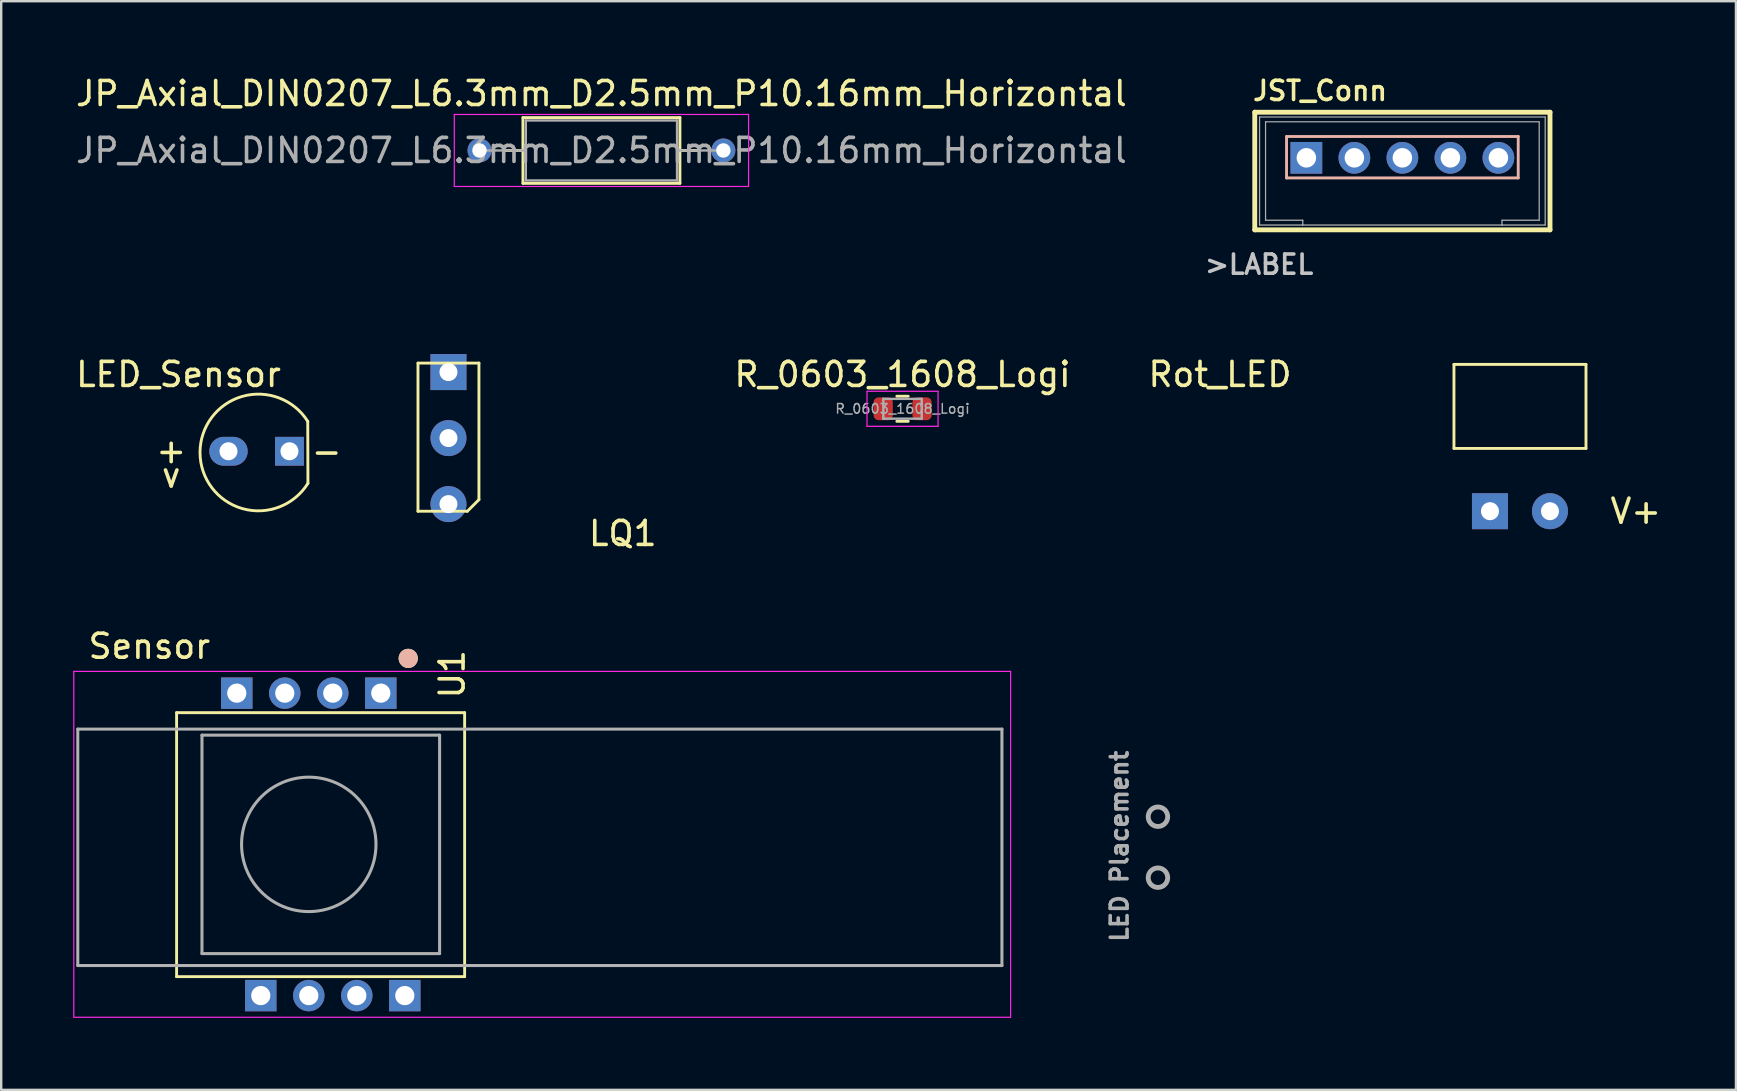
<source format=kicad_pcb>
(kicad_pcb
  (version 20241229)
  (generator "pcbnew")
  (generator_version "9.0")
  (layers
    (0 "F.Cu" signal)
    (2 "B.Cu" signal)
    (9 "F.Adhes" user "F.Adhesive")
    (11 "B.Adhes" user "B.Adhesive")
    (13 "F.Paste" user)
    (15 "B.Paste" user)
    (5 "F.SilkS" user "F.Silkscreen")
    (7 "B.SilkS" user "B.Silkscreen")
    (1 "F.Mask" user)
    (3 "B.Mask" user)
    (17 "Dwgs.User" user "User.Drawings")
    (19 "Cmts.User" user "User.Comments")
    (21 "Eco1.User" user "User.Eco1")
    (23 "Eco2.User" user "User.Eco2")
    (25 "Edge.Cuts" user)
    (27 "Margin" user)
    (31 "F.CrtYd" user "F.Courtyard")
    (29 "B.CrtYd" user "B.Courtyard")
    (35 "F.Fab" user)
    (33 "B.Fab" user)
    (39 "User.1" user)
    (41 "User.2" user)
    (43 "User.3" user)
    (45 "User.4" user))
  (footprint "JP_Axial_DIN0207_L6.3mm_D2.5mm_P10.16mm_Horizontal"
    (layer "F.Cu")
    (at 16.926 3.218)
    (property "Reference" "JP_Axial_DIN0207_L6.3mm_D2.5mm_P10.16mm_Horizontal" (at 5.08 -2.37 0) (layer "F.SilkS") (effects (font (size 1 1) (thickness 0.15))))
    (attr through_hole)
    (fp_line (start 1.04 0) (end 1.81 0) (stroke (width 0.12) (type solid)) (layer "F.SilkS"))
    (fp_line (start 1.81 -1.37) (end 1.81 1.37) (stroke (width 0.12) (type solid)) (layer "F.SilkS"))
    (fp_line (start 1.81 1.37) (end 8.35 1.37) (stroke (width 0.12) (type solid)) (layer "F.SilkS"))
    (fp_line (start 8.35 -1.37) (end 1.81 -1.37) (stroke (width 0.12) (type solid)) (layer "F.SilkS"))
    (fp_line (start 8.35 1.37) (end 8.35 -1.37) (stroke (width 0.12) (type solid)) (layer "F.SilkS"))
    (fp_line (start 9.12 0) (end 8.35 0) (stroke (width 0.12) (type solid)) (layer "F.SilkS"))
    (fp_line (start -1.05 -1.5) (end -1.05 1.5) (stroke (width 0.05) (type solid)) (layer "F.CrtYd"))
    (fp_line (start -1.05 1.5) (end 11.21 1.5) (stroke (width 0.05) (type solid)) (layer "F.CrtYd"))
    (fp_line (start 11.21 -1.5) (end -1.05 -1.5) (stroke (width 0.05) (type solid)) (layer "F.CrtYd"))
    (fp_line (start 11.21 1.5) (end 11.21 -1.5) (stroke (width 0.05) (type solid)) (layer "F.CrtYd"))
    (fp_line (start 0 0) (end 1.93 0) (stroke (width 0.1) (type solid)) (layer "F.Fab"))
    (fp_line (start 1.93 -1.25) (end 1.93 1.25) (stroke (width 0.1) (type solid)) (layer "F.Fab"))
    (fp_line (start 1.93 1.25) (end 8.23 1.25) (stroke (width 0.1) (type solid)) (layer "F.Fab"))
    (fp_line (start 8.23 -1.25) (end 1.93 -1.25) (stroke (width 0.1) (type solid)) (layer "F.Fab"))
    (fp_line (start 8.23 1.25) (end 8.23 -1.25) (stroke (width 0.1) (type solid)) (layer "F.Fab"))
    (fp_line (start 10.16 0) (end 8.23 0) (stroke (width 0.1) (type solid)) (layer "F.Fab"))
    (fp_text user "${REFERENCE}" (at 5.08 0 0) (layer "F.Fab") (effects (font (size 1 1) (thickness 0.15))))
    (pad "1" thru_hole circle (at 0 0) (size 1 1) (drill 0.6) (layers "*.Cu" "*.Mask"))
    (pad "2" thru_hole oval (at 10.16 0) (size 1 1) (drill 0.6) (layers "*.Cu" "*.Mask")))
  (footprint "LQ1"
    (layer "F.Cu")
    (at 15.633 15.201)
    (property "Reference" "LQ1" (at 7.262 3.975 0) (layer "F.SilkS") (effects (font (size 1 1) (thickness 0.15))))
    (attr through_hole)
    (fp_line (start -1.27 -3.124) (end -1.27 3.048) (stroke (width 0.12) (type solid)) (layer "F.SilkS"))
    (fp_line (start -1.27 3.048) (end 0.787 3.048) (stroke (width 0.12) (type solid)) (layer "F.SilkS"))
    (fp_line (start -0.025 -3.124) (end -1.27 -3.124) (stroke (width 0.12) (type solid)) (layer "F.SilkS"))
    (fp_line (start 0.787 3.048) (end 1.27 2.565) (stroke (width 0.12) (type solid)) (layer "F.SilkS"))
    (fp_line (start 1.27 -3.124) (end -0.025 -3.124) (stroke (width 0.12) (type solid)) (layer "F.SilkS"))
    (fp_line (start 1.27 2.565) (end 1.27 -3.124) (stroke (width 0.12) (type solid)) (layer "F.SilkS"))
    (pad "1" thru_hole rect (at 0 -2.75) (size 1.5 1.5) (drill 0.75) (layers "*.Cu" "*.Mask"))
    (pad "2" thru_hole circle (at 0 0) (size 1.5 1.5) (drill 0.75) (layers "*.Cu" "*.Mask"))
    (pad "3" thru_hole circle (at 0 2.75) (size 1.5 1.5) (drill 0.75) (layers "*.Cu" "*.Mask")))
  (footprint "R_0603_1608_Logi"
    (layer "F.Cu")
    (at 34.55 13.98)
    (property "Reference" "R_0603_1608_Logi" (at 0 -1.43 0) (layer "F.SilkS") (effects (font (size 1 1) (thickness 0.15))))
    (attr smd)
    (fp_line (start -0.237 -0.522) (end 0.237 -0.522) (stroke (width 0.12) (type solid)) (layer "F.SilkS"))
    (fp_line (start -0.237 0.522) (end 0.237 0.522) (stroke (width 0.12) (type solid)) (layer "F.SilkS"))
    (fp_line (start -1.48 -0.73) (end 1.48 -0.73) (stroke (width 0.05) (type solid)) (layer "F.CrtYd"))
    (fp_line (start -1.48 0.73) (end -1.48 -0.73) (stroke (width 0.05) (type solid)) (layer "F.CrtYd"))
    (fp_line (start 1.48 -0.73) (end 1.48 0.73) (stroke (width 0.05) (type solid)) (layer "F.CrtYd"))
    (fp_line (start 1.48 0.73) (end -1.48 0.73) (stroke (width 0.05) (type solid)) (layer "F.CrtYd"))
    (fp_line (start -0.8 -0.412) (end 0.8 -0.412) (stroke (width 0.1) (type solid)) (layer "F.Fab"))
    (fp_line (start -0.8 0.412) (end -0.8 -0.412) (stroke (width 0.1) (type solid)) (layer "F.Fab"))
    (fp_line (start 0.8 -0.412) (end 0.8 0.412) (stroke (width 0.1) (type solid)) (layer "F.Fab"))
    (fp_line (start 0.8 0.412) (end -0.8 0.412) (stroke (width 0.1) (type solid)) (layer "F.Fab"))
    (fp_text user "${REFERENCE}" (at 0 0 0) (layer "F.Fab") (effects (font (size 0.4 0.4) (thickness 0.06))))
    (pad "1" smd roundrect (at -0.805 0) (size 0.8 0.95) (layers "F.Cu" "F.Mask" "F.Paste") (roundrect_rratio 0.25))
    (pad "2" smd roundrect (at 0.813 0) (size 0.8 0.95) (layers "F.Cu" "F.Mask" "F.Paste") (roundrect_rratio 0.25)))
  (footprint "Rot_LED"
    (layer "F.Cu")
    (at 60.273 18.247)
    (property "Reference" "Rot_LED" (at -12.497 -5.698 0) (layer "F.SilkS") (effects (font (size 1 1) (thickness 0.15))))
    (attr through_hole)
    (fp_line (start -2.75 -6.116) (end -2.75 -2.616) (stroke (width 0.12) (type solid)) (layer "F.SilkS"))
    (fp_line (start -2.75 -6.116) (end 2.75 -6.116) (stroke (width 0.12) (type solid)) (layer "F.SilkS"))
    (fp_line (start -2.75 -2.616) (end 2.75 -2.616) (stroke (width 0.12) (type solid)) (layer "F.SilkS"))
    (fp_line (start 2.75 -6.116) (end 2.75 -2.616) (stroke (width 0.12) (type solid)) (layer "F.SilkS"))
    (fp_text user "V+" (at 4.826 0 0) (layer "F.SilkS") (effects (font (size 1 1) (thickness 0.15))))
    (pad "1" thru_hole rect (at -1.25 0) (size 1.5 1.5) (drill 0.75) (layers "*.Cu" "*.Mask"))
    (pad "2" thru_hole circle (at 1.25 0) (size 1.5 1.5) (drill 0.75) (layers "*.Cu" "*.Mask")))
  (footprint "Sensor"
    (layer "F.Cu")
    (at 9.36 32.126)
    (property "Reference" "Sensor" (at -6.188 -8.251 0) (layer "F.SilkS") (effects (font (size 1.002 1.002) (thickness 0.15))))
    (attr through_hole)
    (fp_line (start -5.053 5.512) (end -5.053 -5.486) (stroke (width 0.12) (type solid)) (layer "F.SilkS"))
    (fp_line (start 6.947 -5.486) (end -5.053 -5.486) (stroke (width 0.12) (type solid)) (layer "F.SilkS"))
    (fp_line (start 6.947 5.512) (end -5.053 5.512) (stroke (width 0.12) (type solid)) (layer "F.SilkS"))
    (fp_line (start 6.947 5.512) (end 6.947 -5.486) (stroke (width 0.12) (type solid)) (layer "F.SilkS"))
    (fp_circle (center 4.597 -7.747) (end 4.397 -7.747) (stroke (width 0.4) (type solid)) (fill no) (layer "F.SilkS"))
    (fp_circle (center 4.597 -7.747) (end 4.397 -7.747) (stroke (width 0.4) (type solid)) (fill no) (layer "B.SilkS"))
    (fp_line (start -9.169 -4.801) (end -9.169 5.049) (stroke (width 0.01) (type solid)) (layer "Edge.Cuts"))
    (fp_line (start 29.331 -4.801) (end -9.169 -4.801) (stroke (width 0.01) (type solid)) (layer "Edge.Cuts"))
    (fp_line (start 29.331 -4.801) (end 29.331 5.049) (stroke (width 0.01) (type solid)) (layer "Edge.Cuts"))
    (fp_line (start 29.331 5.049) (end -9.169 5.049) (stroke (width 0.01) (type solid)) (layer "Edge.Cuts"))
    (fp_line (start -9.335 -7.206) (end 29.693 -7.206) (stroke (width 0.05) (type solid)) (layer "F.CrtYd"))
    (fp_line (start -9.335 7.204) (end -9.335 -7.206) (stroke (width 0.05) (type solid)) (layer "F.CrtYd"))
    (fp_line (start 29.693 -7.206) (end 29.693 7.204) (stroke (width 0.05) (type solid)) (layer "F.CrtYd"))
    (fp_line (start 29.693 7.204) (end -9.335 7.204) (stroke (width 0.05) (type solid)) (layer "F.CrtYd"))
    (fp_line (start -9.169 -4.801) (end -9.169 5.049) (stroke (width 0.127) (type solid)) (layer "F.Fab"))
    (fp_line (start -3.996 -4.549) (end -3.996 4.551) (stroke (width 0.127) (type solid)) (layer "F.Fab"))
    (fp_line (start -3.996 4.551) (end 5.904 4.551) (stroke (width 0.127) (type solid)) (layer "F.Fab"))
    (fp_line (start 5.904 -4.549) (end -3.996 -4.549) (stroke (width 0.127) (type solid)) (layer "F.Fab"))
    (fp_line (start 5.904 4.551) (end 5.904 -4.549) (stroke (width 0.127) (type solid)) (layer "F.Fab"))
    (fp_line (start 29.331 -4.801) (end -9.169 -4.801) (stroke (width 0.127) (type solid)) (layer "F.Fab"))
    (fp_line (start 29.331 -4.801) (end 29.331 5.049) (stroke (width 0.127) (type solid)) (layer "F.Fab"))
    (fp_line (start 29.331 5.049) (end -9.169 5.049) (stroke (width 0.127) (type solid)) (layer "F.Fab"))
    (fp_circle (center 0.454 0.001) (end -2.346 0.001) (stroke (width 0.127) (type solid)) (fill no) (layer "F.Fab"))
    (fp_circle (center 35.831 -1.151) (end 36.237 -1.151) (stroke (width 0.203) (type solid)) (fill no) (layer "F.Fab"))
    (fp_circle (center 35.831 1.389) (end 36.237 1.389) (stroke (width 0.203) (type solid)) (fill no) (layer "F.Fab"))
    (fp_text user "U1" (at 6.426 -7.087 90) (layer "F.SilkS") (effects (font (size 1 1) (thickness 0.15))))
    (fp_text user "LED Placement " (at 34.227 -0.191 90) (layer "F.Fab") (effects (font (size 0.702 0.702) (thickness 0.15))))
    (pad "1" thru_hole rect (at 3.454 -6.299 180) (size 1.308 1.308) (drill 0.8) (layers "*.Cu" "*.Mask"))
    (pad "2" thru_hole circle (at 1.454 -6.299 180) (size 1.308 1.308) (drill 0.8) (layers "*.Cu" "*.Mask"))
    (pad "3" thru_hole circle (at -0.546 -6.299 180) (size 1.308 1.308) (drill 0.8) (layers "*.Cu" "*.Mask"))
    (pad "4" thru_hole rect (at -2.546 -6.299 180) (size 1.308 1.308) (drill 0.8) (layers "*.Cu" "*.Mask"))
    (pad "5" thru_hole rect (at -1.546 6.301 180) (size 1.308 1.308) (drill 0.8) (layers "*.Cu" "*.Mask"))
    (pad "6" thru_hole circle (at 0.454 6.301 180) (size 1.308 1.308) (drill 0.8) (layers "*.Cu" "*.Mask"))
    (pad "7" thru_hole circle (at 2.454 6.301 180) (size 1.308 1.308) (drill 0.8) (layers "*.Cu" "*.Mask"))
    (pad "8" thru_hole rect (at 4.454 6.301 180) (size 1.308 1.308) (drill 0.8) (layers "*.Cu" "*.Mask")))
  (footprint "JST_Conn"
    (layer "F.Cu")
    (at 55.374 3.525)
    (property "Reference" "JST_Conn" (at -3.429 -2.794 0) (layer "F.SilkS") (effects (font (size 0.8 0.8) (thickness 0.15))))
    (attr through_hole)
    (fp_line (start -6.15 -1.9) (end 6.15 -1.9) (stroke (width 0.203) (type solid)) (layer "F.SilkS"))
    (fp_line (start -6.15 3) (end -6.15 -1.9) (stroke (width 0.203) (type solid)) (layer "F.SilkS"))
    (fp_line (start 6.15 -1.9) (end 6.15 3) (stroke (width 0.203) (type solid)) (layer "F.SilkS"))
    (fp_line (start 6.15 3) (end -6.15 3) (stroke (width 0.203) (type solid)) (layer "F.SilkS"))
    (fp_line (start -4.826 -0.889) (end -4.826 0.838) (stroke (width 0.12) (type solid)) (layer "B.SilkS"))
    (fp_line (start -4.826 0.838) (end 4.826 0.838) (stroke (width 0.12) (type solid)) (layer "B.SilkS"))
    (fp_line (start 4.826 -0.889) (end -4.826 -0.889) (stroke (width 0.12) (type solid)) (layer "B.SilkS"))
    (fp_line (start 4.826 0.838) (end 4.826 -0.889) (stroke (width 0.12) (type solid)) (layer "B.SilkS"))
    (fp_line (start -5.95 -1.7) (end 5.95 -1.7) (stroke (width 0.051) (type solid)) (layer "F.Fab"))
    (fp_line (start -5.95 2.8) (end -5.95 -1.7) (stroke (width 0.051) (type solid)) (layer "F.Fab"))
    (fp_line (start -5.7 2.6) (end -5.7 -1.5) (stroke (width 0.051) (type solid)) (layer "F.Fab"))
    (fp_line (start -4.15 2.6) (end -5.7 2.6) (stroke (width 0.051) (type solid)) (layer "F.Fab"))
    (fp_line (start -4.15 2.8) (end -5.95 2.8) (stroke (width 0.051) (type solid)) (layer "F.Fab"))
    (fp_line (start -4.15 2.8) (end -4.15 2.6) (stroke (width 0.051) (type solid)) (layer "F.Fab"))
    (fp_line (start 4.15 2.8) (end -4.15 2.8) (stroke (width 0.051) (type solid)) (layer "F.Fab"))
    (fp_line (start 4.15 2.8) (end 4.15 2.6) (stroke (width 0.051) (type solid)) (layer "F.Fab"))
    (fp_line (start 5.7 -1.5) (end -5.7 -1.5) (stroke (width 0.051) (type solid)) (layer "F.Fab"))
    (fp_line (start 5.7 2.6) (end 4.15 2.6) (stroke (width 0.051) (type solid)) (layer "F.Fab"))
    (fp_line (start 5.7 2.6) (end 5.7 -1.5) (stroke (width 0.051) (type solid)) (layer "F.Fab"))
    (fp_line (start 5.95 -1.7) (end 5.95 2.8) (stroke (width 0.051) (type solid)) (layer "F.Fab"))
    (fp_line (start 5.95 2.8) (end 4.15 2.8) (stroke (width 0.051) (type solid)) (layer "F.Fab"))
    (fp_text user ">LABEL" (at -5.969 4.445 0) (layer "Dwgs.User") (effects (font (size 0.8 0.8) (thickness 0.15))))
    (pad "1" thru_hole rect (at -4 0) (size 1.321 1.321) (drill 0.813) (layers "*.Cu" "*.Mask"))
    (pad "2" thru_hole circle (at -2 0) (size 1.321 1.321) (drill 0.813) (layers "*.Cu" "*.Mask"))
    (pad "3" thru_hole circle (at 0 0) (size 1.321 1.321) (drill 0.813) (layers "*.Cu" "*.Mask"))
    (pad "4" thru_hole circle (at 2 0) (size 1.321 1.321) (drill 0.813) (layers "*.Cu" "*.Mask"))
    (pad "5" thru_hole circle (at 4 0) (size 1.321 1.321) (drill 0.813) (layers "*.Cu" "*.Mask")))
  (footprint "LED_Sensor"
    (layer "F.Cu")
    (at 7.714 15.801)
    (property "Reference" "LED_Sensor" (at -3.327 -3.251 0) (layer "F.SilkS") (effects (font (size 1 1) (thickness 0.15))))
    (attr through_hole)
    (fp_line (start 2.057 -1.295) (end 2.065 1.284) (stroke (width 0.12) (type solid)) (layer "F.SilkS"))
    (fp_arc (start 2.064515 1.284028) (mid -2.431235 0.006707) (end 2.057399 -1.295399) (stroke (width 0.12) (type solid)) (layer "F.SilkS"))
    (fp_line (start -1.245 -0.051) (end -1.245 -0.051) (stroke (width 0.1) (type solid)) (layer "F.Fab"))
    (fp_line (start 1.295 -0.051) (end 1.295 -0.051) (stroke (width 0.1) (type solid)) (layer "F.Fab"))
    (fp_text user "v" (at -3.632 0.94 0) (layer "F.SilkS") (effects (font (size 1 1) (thickness 0.15))))
    (fp_text user "-" (at 2.845 -0.051 0) (layer "F.SilkS") (effects (font (size 1 1) (thickness 0.15))))
    (fp_text user "+" (at -3.632 -0.076 0) (layer "F.SilkS") (effects (font (size 1 1) (thickness 0.15))))
    (pad "1" thru_hole oval (at -1.245 -0.051 90) (size 1.2 1.6) (drill 0.75) (layers "*.Cu" "*.Mask"))
    (pad "2" thru_hole rect (at 1.295 -0.051) (size 1.2 1.2) (drill 0.75) (layers "*.Cu" "*.Mask")))
  (gr_rect
    (start -3 -3)
    (end 69.271 42.355)
    (stroke (width 0.1) (type default))
    (fill no)
    (layer "Edge.Cuts")))
</source>
